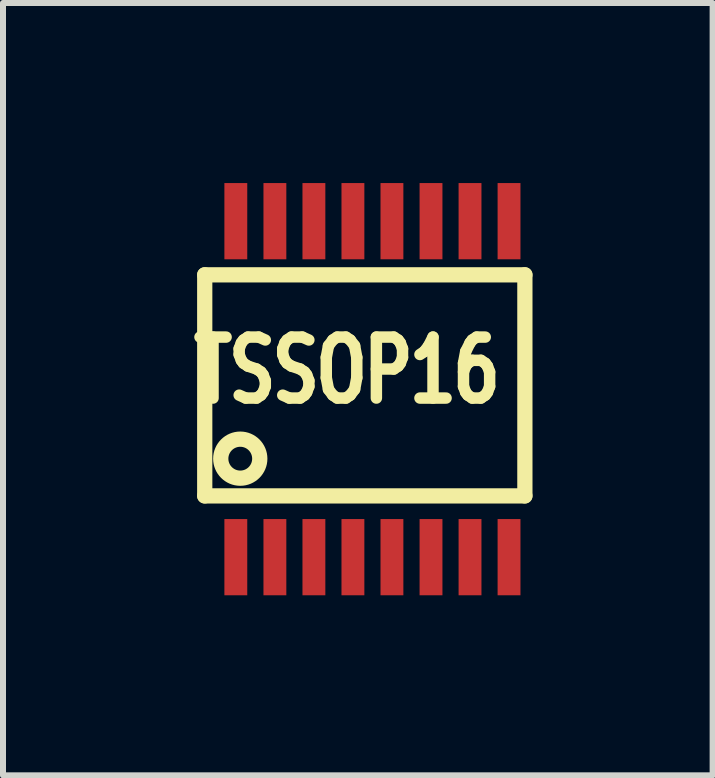
<source format=kicad_pcb>
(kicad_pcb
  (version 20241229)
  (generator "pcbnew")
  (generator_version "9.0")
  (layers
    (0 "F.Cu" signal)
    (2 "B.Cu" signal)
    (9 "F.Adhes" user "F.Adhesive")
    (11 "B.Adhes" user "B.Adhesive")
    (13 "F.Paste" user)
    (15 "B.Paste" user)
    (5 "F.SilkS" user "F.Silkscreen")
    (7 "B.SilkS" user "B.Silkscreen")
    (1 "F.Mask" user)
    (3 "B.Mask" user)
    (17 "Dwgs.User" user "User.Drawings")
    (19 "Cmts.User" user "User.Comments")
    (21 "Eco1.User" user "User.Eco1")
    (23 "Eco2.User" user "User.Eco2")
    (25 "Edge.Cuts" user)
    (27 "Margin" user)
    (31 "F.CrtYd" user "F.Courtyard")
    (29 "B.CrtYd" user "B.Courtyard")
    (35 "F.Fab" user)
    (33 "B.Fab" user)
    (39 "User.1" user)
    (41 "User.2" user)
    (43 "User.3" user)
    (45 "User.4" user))
  (footprint "TSSOP16"
    (layer "F.Cu")
    (at 0.859 6.256)
    (property "Reference" "TSSOP16" (at 1.872 -3.134 0) (layer "F.SilkS") (effects (font (size 1.016 0.762) (thickness 0.191))))
    (attr smd)
    (fp_line (start -0.498 -4.727) (end 4.836 -4.727) (stroke (width 0.254) (type solid)) (layer "F.SilkS"))
    (fp_line (start -0.498 -1.044) (end -0.498 -4.727) (stroke (width 0.254) (type solid)) (layer "F.SilkS"))
    (fp_line (start 4.836 -4.727) (end 4.836 -1.044) (stroke (width 0.254) (type solid)) (layer "F.SilkS"))
    (fp_line (start 4.836 -1.044) (end -0.498 -1.044) (stroke (width 0.254) (type solid)) (layer "F.SilkS"))
    (fp_circle (center 0.094 -1.664) (end -0.109 -1.41) (stroke (width 0.254) (type solid)) (fill no) (layer "F.SilkS"))
    (pad "1" smd rect (at 0.02 -0.023) (size 0.381 1.27) (layers "F.Cu" "F.Mask" "F.Paste"))
    (pad "2" smd rect (at 0.671 -0.023) (size 0.381 1.27) (layers "F.Cu" "F.Mask" "F.Paste"))
    (pad "3" smd rect (at 1.321 -0.023) (size 0.381 1.27) (layers "F.Cu" "F.Mask" "F.Paste"))
    (pad "4" smd rect (at 1.971 -0.023) (size 0.381 1.27) (layers "F.Cu" "F.Mask" "F.Paste"))
    (pad "5" smd rect (at 2.621 -0.023) (size 0.381 1.27) (layers "F.Cu" "F.Mask" "F.Paste"))
    (pad "6" smd rect (at 3.272 -0.023) (size 0.381 1.27) (layers "F.Cu" "F.Mask" "F.Paste"))
    (pad "7" smd rect (at 3.922 -0.023) (size 0.381 1.27) (layers "F.Cu" "F.Mask" "F.Paste"))
    (pad "8" smd rect (at 4.572 -0.023) (size 0.381 1.27) (layers "F.Cu" "F.Mask" "F.Paste"))
    (pad "9" smd rect (at 4.572 -5.621) (size 0.381 1.27) (layers "F.Cu" "F.Mask" "F.Paste"))
    (pad "10" smd rect (at 3.922 -5.621) (size 0.381 1.27) (layers "F.Cu" "F.Mask" "F.Paste"))
    (pad "11" smd rect (at 3.272 -5.621) (size 0.381 1.27) (layers "F.Cu" "F.Mask" "F.Paste"))
    (pad "12" smd rect (at 2.621 -5.621) (size 0.381 1.27) (layers "F.Cu" "F.Mask" "F.Paste"))
    (pad "13" smd rect (at 1.971 -5.621) (size 0.381 1.27) (layers "F.Cu" "F.Mask" "F.Paste"))
    (pad "14" smd rect (at 1.321 -5.621) (size 0.381 1.27) (layers "F.Cu" "F.Mask" "F.Paste"))
    (pad "15" smd rect (at 0.671 -5.621) (size 0.381 1.27) (layers "F.Cu" "F.Mask" "F.Paste"))
    (pad "16" smd rect (at 0.02 -5.621) (size 0.381 1.27) (layers "F.Cu" "F.Mask" "F.Paste")))
  (gr_rect
    (start -3 -3)
    (end 8.823 9.868)
    (stroke (width 0.1) (type default))
    (fill no)
    (layer "Edge.Cuts")))
</source>
